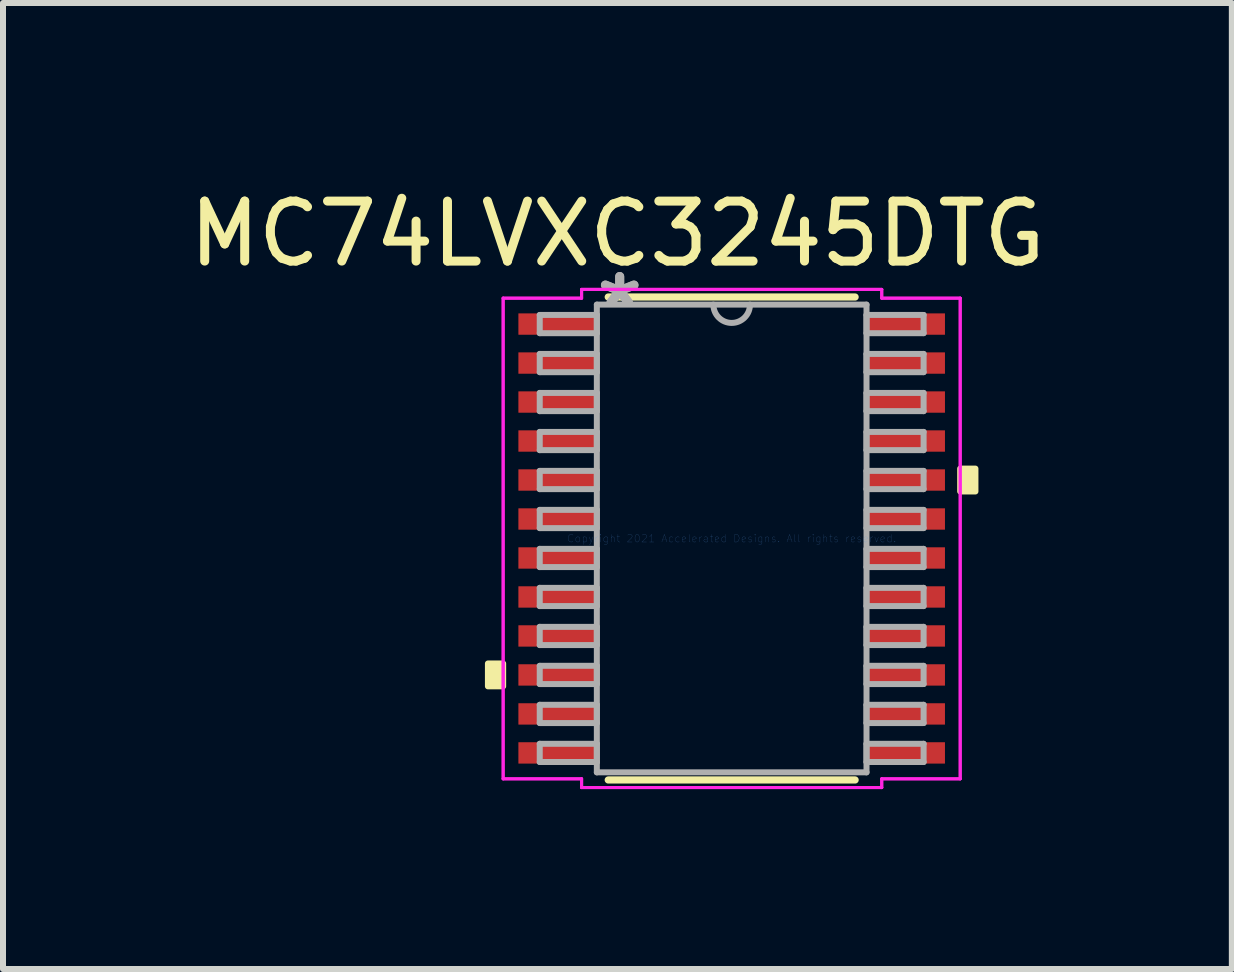
<source format=kicad_pcb>
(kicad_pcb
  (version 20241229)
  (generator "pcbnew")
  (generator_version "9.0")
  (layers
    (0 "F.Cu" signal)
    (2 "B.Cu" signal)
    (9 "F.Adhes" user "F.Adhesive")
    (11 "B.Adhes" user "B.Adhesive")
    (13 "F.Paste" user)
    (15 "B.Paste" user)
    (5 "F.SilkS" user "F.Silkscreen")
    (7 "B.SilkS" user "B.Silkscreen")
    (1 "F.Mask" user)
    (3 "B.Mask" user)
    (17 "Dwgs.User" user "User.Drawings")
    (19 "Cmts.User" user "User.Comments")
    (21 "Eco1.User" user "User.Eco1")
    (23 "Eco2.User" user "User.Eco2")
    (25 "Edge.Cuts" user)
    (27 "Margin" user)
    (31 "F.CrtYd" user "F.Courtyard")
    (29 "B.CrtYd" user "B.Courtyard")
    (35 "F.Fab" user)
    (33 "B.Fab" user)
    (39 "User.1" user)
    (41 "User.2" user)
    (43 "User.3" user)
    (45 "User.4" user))
  (footprint "MC74LVXC3245DTG"
    (layer "F.Cu")
    (at 9.149 5.928)
    (property "Reference" "MC74LVXC3245DTG" (at -1.905 -5.08 0) (layer "F.SilkS") (effects (font (size 1 1) (thickness 0.15))))
    (attr through_hole)
    (fp_line (start -2.058 4.026) (end 2.058 4.026) (stroke (width 0.12) (type solid)) (layer "F.SilkS"))
    (fp_line (start 2.058 -4.026) (end -2.058 -4.026) (stroke (width 0.12) (type solid)) (layer "F.SilkS"))
    (fp_poly (pts (xy -4.064 2.084) (xy -4.064 2.465) (xy -3.81 2.465) (xy -3.81 2.084)) (stroke (width 0.1) (type solid)) (fill yes) (layer "F.SilkS"))
    (fp_poly (pts (xy 4.064 -1.165) (xy 4.064 -0.784) (xy 3.81 -0.784) (xy 3.81 -1.165)) (stroke (width 0.1) (type solid)) (fill yes) (layer "F.SilkS"))
    (fp_line (start -3.81 -4.007) (end -2.502 -4.007) (stroke (width 0.05) (type solid)) (layer "F.CrtYd"))
    (fp_line (start -3.81 -4.007) (end -2.502 -4.007) (stroke (width 0.05) (type solid)) (layer "F.CrtYd"))
    (fp_line (start -3.81 4.007) (end -3.81 -4.007) (stroke (width 0.05) (type solid)) (layer "F.CrtYd"))
    (fp_line (start -3.81 4.007) (end -3.81 -4.007) (stroke (width 0.05) (type solid)) (layer "F.CrtYd"))
    (fp_line (start -3.81 4.007) (end -2.502 4.007) (stroke (width 0.05) (type solid)) (layer "F.CrtYd"))
    (fp_line (start -2.502 -4.153) (end 2.502 -4.153) (stroke (width 0.05) (type solid)) (layer "F.CrtYd"))
    (fp_line (start -2.502 -4.153) (end 2.502 -4.153) (stroke (width 0.05) (type solid)) (layer "F.CrtYd"))
    (fp_line (start -2.502 -4.007) (end -2.502 -4.153) (stroke (width 0.05) (type solid)) (layer "F.CrtYd"))
    (fp_line (start -2.502 -4.007) (end -2.502 -4.153) (stroke (width 0.05) (type solid)) (layer "F.CrtYd"))
    (fp_line (start -2.502 4.007) (end -3.81 4.007) (stroke (width 0.05) (type solid)) (layer "F.CrtYd"))
    (fp_line (start -2.502 4.153) (end -2.502 4.007) (stroke (width 0.05) (type solid)) (layer "F.CrtYd"))
    (fp_line (start -2.502 4.153) (end -2.502 4.007) (stroke (width 0.05) (type solid)) (layer "F.CrtYd"))
    (fp_line (start 2.502 -4.153) (end 2.502 -4.007) (stroke (width 0.05) (type solid)) (layer "F.CrtYd"))
    (fp_line (start 2.502 -4.153) (end 2.502 -4.007) (stroke (width 0.05) (type solid)) (layer "F.CrtYd"))
    (fp_line (start 2.502 -4.007) (end 3.81 -4.007) (stroke (width 0.05) (type solid)) (layer "F.CrtYd"))
    (fp_line (start 2.502 4.007) (end 2.502 4.153) (stroke (width 0.05) (type solid)) (layer "F.CrtYd"))
    (fp_line (start 2.502 4.007) (end 2.502 4.153) (stroke (width 0.05) (type solid)) (layer "F.CrtYd"))
    (fp_line (start 2.502 4.153) (end -2.502 4.153) (stroke (width 0.05) (type solid)) (layer "F.CrtYd"))
    (fp_line (start 2.502 4.153) (end -2.502 4.153) (stroke (width 0.05) (type solid)) (layer "F.CrtYd"))
    (fp_line (start 3.81 -4.007) (end 2.502 -4.007) (stroke (width 0.05) (type solid)) (layer "F.CrtYd"))
    (fp_line (start 3.81 -4.007) (end 3.81 4.007) (stroke (width 0.05) (type solid)) (layer "F.CrtYd"))
    (fp_line (start 3.81 -4.007) (end 3.81 4.007) (stroke (width 0.05) (type solid)) (layer "F.CrtYd"))
    (fp_line (start 3.81 4.007) (end 2.502 4.007) (stroke (width 0.05) (type solid)) (layer "F.CrtYd"))
    (fp_line (start 3.81 4.007) (end 2.502 4.007) (stroke (width 0.05) (type solid)) (layer "F.CrtYd"))
    (fp_line (start -3.2 -3.727) (end -3.2 -3.423) (stroke (width 0.1) (type solid)) (layer "F.Fab"))
    (fp_line (start -3.2 -3.423) (end -2.248 -3.423) (stroke (width 0.1) (type solid)) (layer "F.Fab"))
    (fp_line (start -3.2 -3.077) (end -3.2 -2.773) (stroke (width 0.1) (type solid)) (layer "F.Fab"))
    (fp_line (start -3.2 -2.773) (end -2.248 -2.773) (stroke (width 0.1) (type solid)) (layer "F.Fab"))
    (fp_line (start -3.2 -2.427) (end -3.2 -2.123) (stroke (width 0.1) (type solid)) (layer "F.Fab"))
    (fp_line (start -3.2 -2.123) (end -2.248 -2.123) (stroke (width 0.1) (type solid)) (layer "F.Fab"))
    (fp_line (start -3.2 -1.777) (end -3.2 -1.473) (stroke (width 0.1) (type solid)) (layer "F.Fab"))
    (fp_line (start -3.2 -1.473) (end -2.248 -1.473) (stroke (width 0.1) (type solid)) (layer "F.Fab"))
    (fp_line (start -3.2 -1.127) (end -3.2 -0.823) (stroke (width 0.1) (type solid)) (layer "F.Fab"))
    (fp_line (start -3.2 -0.823) (end -2.248 -0.823) (stroke (width 0.1) (type solid)) (layer "F.Fab"))
    (fp_line (start -3.2 -0.477) (end -3.2 -0.173) (stroke (width 0.1) (type solid)) (layer "F.Fab"))
    (fp_line (start -3.2 -0.173) (end -2.248 -0.173) (stroke (width 0.1) (type solid)) (layer "F.Fab"))
    (fp_line (start -3.2 0.173) (end -3.2 0.477) (stroke (width 0.1) (type solid)) (layer "F.Fab"))
    (fp_line (start -3.2 0.477) (end -2.248 0.477) (stroke (width 0.1) (type solid)) (layer "F.Fab"))
    (fp_line (start -3.2 0.823) (end -3.2 1.127) (stroke (width 0.1) (type solid)) (layer "F.Fab"))
    (fp_line (start -3.2 1.127) (end -2.248 1.127) (stroke (width 0.1) (type solid)) (layer "F.Fab"))
    (fp_line (start -3.2 1.473) (end -3.2 1.777) (stroke (width 0.1) (type solid)) (layer "F.Fab"))
    (fp_line (start -3.2 1.777) (end -2.248 1.777) (stroke (width 0.1) (type solid)) (layer "F.Fab"))
    (fp_line (start -3.2 2.123) (end -3.2 2.427) (stroke (width 0.1) (type solid)) (layer "F.Fab"))
    (fp_line (start -3.2 2.427) (end -2.248 2.427) (stroke (width 0.1) (type solid)) (layer "F.Fab"))
    (fp_line (start -3.2 2.773) (end -3.2 3.077) (stroke (width 0.1) (type solid)) (layer "F.Fab"))
    (fp_line (start -3.2 3.077) (end -2.248 3.077) (stroke (width 0.1) (type solid)) (layer "F.Fab"))
    (fp_line (start -3.2 3.423) (end -3.2 3.727) (stroke (width 0.1) (type solid)) (layer "F.Fab"))
    (fp_line (start -3.2 3.727) (end -2.248 3.727) (stroke (width 0.1) (type solid)) (layer "F.Fab"))
    (fp_line (start -2.248 -3.899) (end -2.248 3.899) (stroke (width 0.1) (type solid)) (layer "F.Fab"))
    (fp_line (start -2.248 -3.727) (end -3.2 -3.727) (stroke (width 0.1) (type solid)) (layer "F.Fab"))
    (fp_line (start -2.248 -3.423) (end -2.248 -3.727) (stroke (width 0.1) (type solid)) (layer "F.Fab"))
    (fp_line (start -2.248 -3.077) (end -3.2 -3.077) (stroke (width 0.1) (type solid)) (layer "F.Fab"))
    (fp_line (start -2.248 -2.773) (end -2.248 -3.077) (stroke (width 0.1) (type solid)) (layer "F.Fab"))
    (fp_line (start -2.248 -2.427) (end -3.2 -2.427) (stroke (width 0.1) (type solid)) (layer "F.Fab"))
    (fp_line (start -2.248 -2.123) (end -2.248 -2.427) (stroke (width 0.1) (type solid)) (layer "F.Fab"))
    (fp_line (start -2.248 -1.777) (end -3.2 -1.777) (stroke (width 0.1) (type solid)) (layer "F.Fab"))
    (fp_line (start -2.248 -1.473) (end -2.248 -1.777) (stroke (width 0.1) (type solid)) (layer "F.Fab"))
    (fp_line (start -2.248 -1.127) (end -3.2 -1.127) (stroke (width 0.1) (type solid)) (layer "F.Fab"))
    (fp_line (start -2.248 -0.823) (end -2.248 -1.127) (stroke (width 0.1) (type solid)) (layer "F.Fab"))
    (fp_line (start -2.248 -0.477) (end -3.2 -0.477) (stroke (width 0.1) (type solid)) (layer "F.Fab"))
    (fp_line (start -2.248 -0.173) (end -2.248 -0.477) (stroke (width 0.1) (type solid)) (layer "F.Fab"))
    (fp_line (start -2.248 0.173) (end -3.2 0.173) (stroke (width 0.1) (type solid)) (layer "F.Fab"))
    (fp_line (start -2.248 0.477) (end -2.248 0.173) (stroke (width 0.1) (type solid)) (layer "F.Fab"))
    (fp_line (start -2.248 0.823) (end -3.2 0.823) (stroke (width 0.1) (type solid)) (layer "F.Fab"))
    (fp_line (start -2.248 1.127) (end -2.248 0.823) (stroke (width 0.1) (type solid)) (layer "F.Fab"))
    (fp_line (start -2.248 1.473) (end -3.2 1.473) (stroke (width 0.1) (type solid)) (layer "F.Fab"))
    (fp_line (start -2.248 1.777) (end -2.248 1.473) (stroke (width 0.1) (type solid)) (layer "F.Fab"))
    (fp_line (start -2.248 2.123) (end -3.2 2.123) (stroke (width 0.1) (type solid)) (layer "F.Fab"))
    (fp_line (start -2.248 2.427) (end -2.248 2.123) (stroke (width 0.1) (type solid)) (layer "F.Fab"))
    (fp_line (start -2.248 2.773) (end -3.2 2.773) (stroke (width 0.1) (type solid)) (layer "F.Fab"))
    (fp_line (start -2.248 3.077) (end -2.248 2.773) (stroke (width 0.1) (type solid)) (layer "F.Fab"))
    (fp_line (start -2.248 3.423) (end -3.2 3.423) (stroke (width 0.1) (type solid)) (layer "F.Fab"))
    (fp_line (start -2.248 3.727) (end -2.248 3.423) (stroke (width 0.1) (type solid)) (layer "F.Fab"))
    (fp_line (start -2.248 3.899) (end 2.248 3.899) (stroke (width 0.1) (type solid)) (layer "F.Fab"))
    (fp_line (start 2.248 -3.899) (end -2.248 -3.899) (stroke (width 0.1) (type solid)) (layer "F.Fab"))
    (fp_line (start 2.248 -3.727) (end 2.248 -3.423) (stroke (width 0.1) (type solid)) (layer "F.Fab"))
    (fp_line (start 2.248 -3.423) (end 3.2 -3.423) (stroke (width 0.1) (type solid)) (layer "F.Fab"))
    (fp_line (start 2.248 -3.077) (end 2.248 -2.773) (stroke (width 0.1) (type solid)) (layer "F.Fab"))
    (fp_line (start 2.248 -2.773) (end 3.2 -2.773) (stroke (width 0.1) (type solid)) (layer "F.Fab"))
    (fp_line (start 2.248 -2.427) (end 2.248 -2.123) (stroke (width 0.1) (type solid)) (layer "F.Fab"))
    (fp_line (start 2.248 -2.123) (end 3.2 -2.123) (stroke (width 0.1) (type solid)) (layer "F.Fab"))
    (fp_line (start 2.248 -1.777) (end 2.248 -1.473) (stroke (width 0.1) (type solid)) (layer "F.Fab"))
    (fp_line (start 2.248 -1.473) (end 3.2 -1.473) (stroke (width 0.1) (type solid)) (layer "F.Fab"))
    (fp_line (start 2.248 -1.127) (end 2.248 -0.823) (stroke (width 0.1) (type solid)) (layer "F.Fab"))
    (fp_line (start 2.248 -0.823) (end 3.2 -0.823) (stroke (width 0.1) (type solid)) (layer "F.Fab"))
    (fp_line (start 2.248 -0.477) (end 2.248 -0.173) (stroke (width 0.1) (type solid)) (layer "F.Fab"))
    (fp_line (start 2.248 -0.173) (end 3.2 -0.173) (stroke (width 0.1) (type solid)) (layer "F.Fab"))
    (fp_line (start 2.248 0.173) (end 2.248 0.477) (stroke (width 0.1) (type solid)) (layer "F.Fab"))
    (fp_line (start 2.248 0.477) (end 3.2 0.477) (stroke (width 0.1) (type solid)) (layer "F.Fab"))
    (fp_line (start 2.248 0.823) (end 2.248 1.127) (stroke (width 0.1) (type solid)) (layer "F.Fab"))
    (fp_line (start 2.248 1.127) (end 3.2 1.127) (stroke (width 0.1) (type solid)) (layer "F.Fab"))
    (fp_line (start 2.248 1.473) (end 2.248 1.777) (stroke (width 0.1) (type solid)) (layer "F.Fab"))
    (fp_line (start 2.248 1.777) (end 3.2 1.777) (stroke (width 0.1) (type solid)) (layer "F.Fab"))
    (fp_line (start 2.248 2.123) (end 2.248 2.427) (stroke (width 0.1) (type solid)) (layer "F.Fab"))
    (fp_line (start 2.248 2.427) (end 3.2 2.427) (stroke (width 0.1) (type solid)) (layer "F.Fab"))
    (fp_line (start 2.248 2.773) (end 2.248 3.077) (stroke (width 0.1) (type solid)) (layer "F.Fab"))
    (fp_line (start 2.248 3.077) (end 3.2 3.077) (stroke (width 0.1) (type solid)) (layer "F.Fab"))
    (fp_line (start 2.248 3.423) (end 2.248 3.727) (stroke (width 0.1) (type solid)) (layer "F.Fab"))
    (fp_line (start 2.248 3.727) (end 3.2 3.727) (stroke (width 0.1) (type solid)) (layer "F.Fab"))
    (fp_line (start 2.248 3.899) (end 2.248 -3.899) (stroke (width 0.1) (type solid)) (layer "F.Fab"))
    (fp_line (start 3.2 -3.727) (end 2.248 -3.727) (stroke (width 0.1) (type solid)) (layer "F.Fab"))
    (fp_line (start 3.2 -3.423) (end 3.2 -3.727) (stroke (width 0.1) (type solid)) (layer "F.Fab"))
    (fp_line (start 3.2 -3.077) (end 2.248 -3.077) (stroke (width 0.1) (type solid)) (layer "F.Fab"))
    (fp_line (start 3.2 -2.773) (end 3.2 -3.077) (stroke (width 0.1) (type solid)) (layer "F.Fab"))
    (fp_line (start 3.2 -2.427) (end 2.248 -2.427) (stroke (width 0.1) (type solid)) (layer "F.Fab"))
    (fp_line (start 3.2 -2.123) (end 3.2 -2.427) (stroke (width 0.1) (type solid)) (layer "F.Fab"))
    (fp_line (start 3.2 -1.777) (end 2.248 -1.777) (stroke (width 0.1) (type solid)) (layer "F.Fab"))
    (fp_line (start 3.2 -1.473) (end 3.2 -1.777) (stroke (width 0.1) (type solid)) (layer "F.Fab"))
    (fp_line (start 3.2 -1.127) (end 2.248 -1.127) (stroke (width 0.1) (type solid)) (layer "F.Fab"))
    (fp_line (start 3.2 -0.823) (end 3.2 -1.127) (stroke (width 0.1) (type solid)) (layer "F.Fab"))
    (fp_line (start 3.2 -0.477) (end 2.248 -0.477) (stroke (width 0.1) (type solid)) (layer "F.Fab"))
    (fp_line (start 3.2 -0.173) (end 3.2 -0.477) (stroke (width 0.1) (type solid)) (layer "F.Fab"))
    (fp_line (start 3.2 0.173) (end 2.248 0.173) (stroke (width 0.1) (type solid)) (layer "F.Fab"))
    (fp_line (start 3.2 0.477) (end 3.2 0.173) (stroke (width 0.1) (type solid)) (layer "F.Fab"))
    (fp_line (start 3.2 0.823) (end 2.248 0.823) (stroke (width 0.1) (type solid)) (layer "F.Fab"))
    (fp_line (start 3.2 1.127) (end 3.2 0.823) (stroke (width 0.1) (type solid)) (layer "F.Fab"))
    (fp_line (start 3.2 1.473) (end 2.248 1.473) (stroke (width 0.1) (type solid)) (layer "F.Fab"))
    (fp_line (start 3.2 1.777) (end 3.2 1.473) (stroke (width 0.1) (type solid)) (layer "F.Fab"))
    (fp_line (start 3.2 2.123) (end 2.248 2.123) (stroke (width 0.1) (type solid)) (layer "F.Fab"))
    (fp_line (start 3.2 2.427) (end 3.2 2.123) (stroke (width 0.1) (type solid)) (layer "F.Fab"))
    (fp_line (start 3.2 2.773) (end 2.248 2.773) (stroke (width 0.1) (type solid)) (layer "F.Fab"))
    (fp_line (start 3.2 3.077) (end 3.2 2.773) (stroke (width 0.1) (type solid)) (layer "F.Fab"))
    (fp_line (start 3.2 3.423) (end 2.248 3.423) (stroke (width 0.1) (type solid)) (layer "F.Fab"))
    (fp_line (start 3.2 3.727) (end 3.2 3.423) (stroke (width 0.1) (type solid)) (layer "F.Fab"))
    (fp_arc (start 0.3048 -3.8989) (mid 0 -3.5941) (end -0.3048 -3.8989) (stroke (width 0.1) (type solid)) (layer "F.Fab"))
    (fp_text user "Copyright 2021 Accelerated Designs. All rights reserved." (at 0 0 0) (layer "Cmts.User") (effects (font (size 0.127 0.127) (thickness 0.002))))
    (fp_text user "*" (at -1.867 -3.823 0) (layer "F.Fab") (effects (font (size 1 1) (thickness 0.15))))
    (fp_text user "*" (at -1.867 -3.823 0) (layer "F.Fab") (effects (font (size 1 1) (thickness 0.15))))
    (pad "1" smd rect (at -2.902 -3.575) (size 1.308 0.356) (layers "F.Cu" "F.Mask" "F.Paste"))
    (pad "2" smd rect (at -2.902 -2.925) (size 1.308 0.356) (layers "F.Cu" "F.Mask" "F.Paste"))
    (pad "3" smd rect (at -2.902 -2.275) (size 1.308 0.356) (layers "F.Cu" "F.Mask" "F.Paste"))
    (pad "4" smd rect (at -2.902 -1.625) (size 1.308 0.356) (layers "F.Cu" "F.Mask" "F.Paste"))
    (pad "5" smd rect (at -2.902 -0.975) (size 1.308 0.356) (layers "F.Cu" "F.Mask" "F.Paste"))
    (pad "6" smd rect (at -2.902 -0.325) (size 1.308 0.356) (layers "F.Cu" "F.Mask" "F.Paste"))
    (pad "7" smd rect (at -2.902 0.325) (size 1.308 0.356) (layers "F.Cu" "F.Mask" "F.Paste"))
    (pad "8" smd rect (at -2.902 0.975) (size 1.308 0.356) (layers "F.Cu" "F.Mask" "F.Paste"))
    (pad "9" smd rect (at -2.902 1.625) (size 1.308 0.356) (layers "F.Cu" "F.Mask" "F.Paste"))
    (pad "10" smd rect (at -2.902 2.275) (size 1.308 0.356) (layers "F.Cu" "F.Mask" "F.Paste"))
    (pad "11" smd rect (at -2.902 2.925) (size 1.308 0.356) (layers "F.Cu" "F.Mask" "F.Paste"))
    (pad "12" smd rect (at -2.902 3.575) (size 1.308 0.356) (layers "F.Cu" "F.Mask" "F.Paste"))
    (pad "13" smd rect (at 2.902 3.575) (size 1.308 0.356) (layers "F.Cu" "F.Mask" "F.Paste"))
    (pad "14" smd rect (at 2.902 2.925) (size 1.308 0.356) (layers "F.Cu" "F.Mask" "F.Paste"))
    (pad "15" smd rect (at 2.902 2.275) (size 1.308 0.356) (layers "F.Cu" "F.Mask" "F.Paste"))
    (pad "16" smd rect (at 2.902 1.625) (size 1.308 0.356) (layers "F.Cu" "F.Mask" "F.Paste"))
    (pad "17" smd rect (at 2.902 0.975) (size 1.308 0.356) (layers "F.Cu" "F.Mask" "F.Paste"))
    (pad "18" smd rect (at 2.902 0.325) (size 1.308 0.356) (layers "F.Cu" "F.Mask" "F.Paste"))
    (pad "19" smd rect (at 2.902 -0.325) (size 1.308 0.356) (layers "F.Cu" "F.Mask" "F.Paste"))
    (pad "20" smd rect (at 2.902 -0.975) (size 1.308 0.356) (layers "F.Cu" "F.Mask" "F.Paste"))
    (pad "21" smd rect (at 2.902 -1.625) (size 1.308 0.356) (layers "F.Cu" "F.Mask" "F.Paste"))
    (pad "22" smd rect (at 2.902 -2.275) (size 1.308 0.356) (layers "F.Cu" "F.Mask" "F.Paste"))
    (pad "23" smd rect (at 2.902 -2.925) (size 1.308 0.356) (layers "F.Cu" "F.Mask" "F.Paste"))
    (pad "24" smd rect (at 2.902 -3.575) (size 1.308 0.356) (layers "F.Cu" "F.Mask" "F.Paste")))
  (gr_rect
    (start -3 -3)
    (end 17.488 13.106)
    (stroke (width 0.1) (type default))
    (fill no)
    (layer "Edge.Cuts")))
</source>
